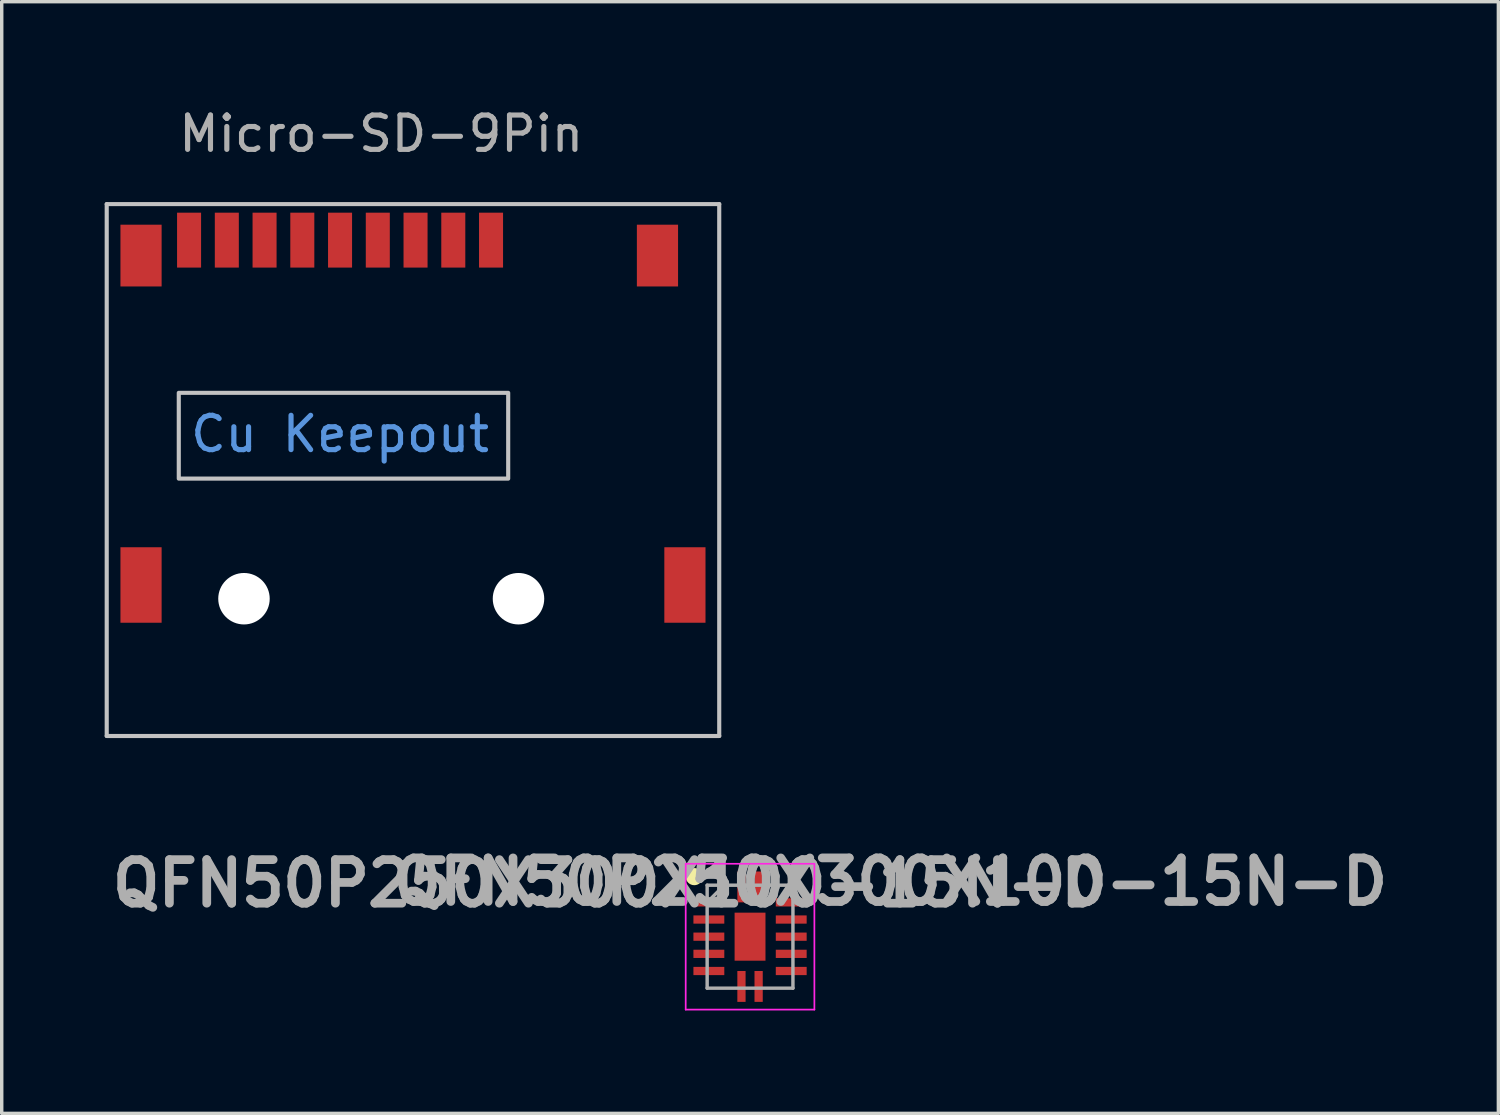
<source format=kicad_pcb>
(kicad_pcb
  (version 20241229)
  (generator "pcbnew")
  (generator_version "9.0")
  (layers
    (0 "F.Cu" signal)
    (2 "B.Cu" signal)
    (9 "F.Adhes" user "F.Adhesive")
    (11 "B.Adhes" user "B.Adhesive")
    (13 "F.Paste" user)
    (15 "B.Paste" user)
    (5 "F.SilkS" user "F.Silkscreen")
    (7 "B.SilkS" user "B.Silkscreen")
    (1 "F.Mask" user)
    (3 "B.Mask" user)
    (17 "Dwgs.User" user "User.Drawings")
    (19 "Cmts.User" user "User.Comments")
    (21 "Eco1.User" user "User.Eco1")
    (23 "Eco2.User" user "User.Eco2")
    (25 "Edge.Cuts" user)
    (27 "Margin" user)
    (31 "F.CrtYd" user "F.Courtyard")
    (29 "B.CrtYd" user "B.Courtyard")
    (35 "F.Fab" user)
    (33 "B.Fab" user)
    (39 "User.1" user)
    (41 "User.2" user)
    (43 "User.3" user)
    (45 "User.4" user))
  (footprint "QFN50P250X300X100-15N-D"
    (layer "F.Cu")
    (at 18.808 24.247)
    (property "Reference" "QFN50P250X300X100-15N-D" (at 4.1 -1.6 0) (layer "F.Fab") (effects (font (size 1.27 1.27) (thickness 0.254))))
    (attr smd)
    (fp_circle (center -1.625 -1.75) (end -1.625 -1.625) (stroke (width 0.25) (type solid)) (fill no) (layer "F.SilkS"))
    (fp_line (start -1.875 -2.125) (end 1.875 -2.125) (stroke (width 0.05) (type solid)) (layer "F.CrtYd"))
    (fp_line (start -1.875 2.125) (end -1.875 -2.125) (stroke (width 0.05) (type solid)) (layer "F.CrtYd"))
    (fp_line (start 1.875 -2.125) (end 1.875 2.125) (stroke (width 0.05) (type solid)) (layer "F.CrtYd"))
    (fp_line (start 1.875 2.125) (end -1.875 2.125) (stroke (width 0.05) (type solid)) (layer "F.CrtYd"))
    (fp_line (start -1.25 -1.5) (end 1.25 -1.5) (stroke (width 0.1) (type solid)) (layer "F.Fab"))
    (fp_line (start -1.25 -1) (end -0.75 -1.5) (stroke (width 0.1) (type solid)) (layer "F.Fab"))
    (fp_line (start -1.25 1.5) (end -1.25 -1.5) (stroke (width 0.1) (type solid)) (layer "F.Fab"))
    (fp_line (start 1.25 -1.5) (end 1.25 1.5) (stroke (width 0.1) (type solid)) (layer "F.Fab"))
    (fp_line (start 1.25 1.5) (end -1.25 1.5) (stroke (width 0.1) (type solid)) (layer "F.Fab"))
    (fp_text user "${REFERENCE}" (at -4.1 -1.55 0) (layer "F.Fab") (effects (font (size 1.27 1.27) (thickness 0.254))))
    (pad "1" smd rect (at -0.25 -1.45) (size 0.24 0.9) (layers "F.Cu" "F.Mask" "F.Paste"))
    (pad "2" smd rect (at -1.2 -1 90) (size 0.24 0.9) (layers "F.Cu" "F.Mask" "F.Paste"))
    (pad "3" smd rect (at -1.2 -0.5 90) (size 0.24 0.9) (layers "F.Cu" "F.Mask" "F.Paste"))
    (pad "4" smd rect (at -1.2 0 90) (size 0.24 0.9) (layers "F.Cu" "F.Mask" "F.Paste"))
    (pad "5" smd rect (at -1.2 0.5 90) (size 0.24 0.9) (layers "F.Cu" "F.Mask" "F.Paste"))
    (pad "6" smd rect (at -1.2 1 90) (size 0.24 0.9) (layers "F.Cu" "F.Mask" "F.Paste"))
    (pad "7" smd rect (at -0.25 1.45) (size 0.24 0.9) (layers "F.Cu" "F.Mask" "F.Paste"))
    (pad "8" smd rect (at 0.25 1.45) (size 0.24 0.9) (layers "F.Cu" "F.Mask" "F.Paste"))
    (pad "9" smd rect (at 1.2 1 90) (size 0.24 0.9) (layers "F.Cu" "F.Mask" "F.Paste"))
    (pad "10" smd rect (at 1.2 0.5 90) (size 0.24 0.9) (layers "F.Cu" "F.Mask" "F.Paste"))
    (pad "11" smd rect (at 1.2 0 90) (size 0.24 0.9) (layers "F.Cu" "F.Mask" "F.Paste"))
    (pad "12" smd rect (at 1.2 -0.5 90) (size 0.24 0.9) (layers "F.Cu" "F.Mask" "F.Paste"))
    (pad "13" smd rect (at 1.2 -1 90) (size 0.24 0.9) (layers "F.Cu" "F.Mask" "F.Paste"))
    (pad "14" smd rect (at 0.25 -1.45) (size 0.24 0.9) (layers "F.Cu" "F.Mask" "F.Paste"))
    (pad "15" smd rect (at 0 0) (size 0.9 1.4) (layers "F.Cu" "F.Mask" "F.Paste")))
  (footprint "Micro-SD-9Pin"
    (layer "F.Cu")
    (at 9.076 11.35)
    (property "Reference" "Micro-SD-9Pin" (at -1.016 -10.502 0) (unlocked yes) (layer "F.Fab") (effects (font (size 1 1) (thickness 0.15))))
    (fp_line (start -9.016 -8.452) (end -9.016 7.048) (stroke (width 0.12) (type solid)) (layer "Dwgs.User"))
    (fp_line (start -9.016 7.048) (end 8.834 7.048) (stroke (width 0.12) (type solid)) (layer "Dwgs.User"))
    (fp_line (start 8.834 -8.452) (end -9.016 -8.452) (stroke (width 0.12) (type solid)) (layer "Dwgs.User"))
    (fp_line (start 8.834 7.048) (end 8.834 -8.452) (stroke (width 0.12) (type solid)) (layer "Dwgs.User"))
    (fp_rect (start -6.916 -2.952) (end 2.684 -0.452) (stroke (width 0.12) (type solid)) (fill no) (layer "Dwgs.User"))
    (fp_text user "Cu Keepout" (at -2.216 -1.752 0) (unlocked yes) (layer "Cmts.User") (effects (font (size 1 1) (thickness 0.15))))
    (pad "" np_thru_hole circle (at -5.016 3.048) (size 1.5 1.5) (drill 1.5) (layers "*.Cu" "*.Mask"))
    (pad "" np_thru_hole circle (at 2.984 3.048) (size 1.5 1.5) (drill 1.5) (layers "*.Cu" "*.Mask"))
    (pad "1" smd rect (at 2.184 -7.402) (size 0.7 1.6) (layers "F.Cu" "F.Mask" "F.Paste"))
    (pad "2" smd rect (at 1.084 -7.402) (size 0.7 1.6) (layers "F.Cu" "F.Mask" "F.Paste"))
    (pad "3" smd rect (at -0.016 -7.402) (size 0.7 1.6) (layers "F.Cu" "F.Mask" "F.Paste"))
    (pad "4" smd rect (at -1.116 -7.402) (size 0.7 1.6) (layers "F.Cu" "F.Mask" "F.Paste"))
    (pad "5" smd rect (at -2.216 -7.402) (size 0.7 1.6) (layers "F.Cu" "F.Mask" "F.Paste"))
    (pad "6" smd rect (at -3.316 -7.402) (size 0.7 1.6) (layers "F.Cu" "F.Mask" "F.Paste"))
    (pad "7" smd rect (at -4.416 -7.402) (size 0.7 1.6) (layers "F.Cu" "F.Mask" "F.Paste"))
    (pad "8" smd rect (at -5.516 -7.402) (size 0.7 1.6) (layers "F.Cu" "F.Mask" "F.Paste"))
    (pad "9" smd rect (at -6.616 -7.402) (size 0.7 1.6) (layers "F.Cu" "F.Mask" "F.Paste"))
    (pad "10" smd rect (at -8.016 -6.952) (size 1.2 1.8) (layers "F.Cu" "F.Mask" "F.Paste"))
    (pad "10" smd rect (at -8.016 2.648) (size 1.2 2.2) (layers "F.Cu" "F.Mask" "F.Paste"))
    (pad "10" smd rect (at 7.034 -6.952) (size 1.2 1.8) (layers "F.Cu" "F.Mask" "F.Paste"))
    (pad "10" smd rect (at 7.834 2.648) (size 1.2 2.2) (layers "F.Cu" "F.Mask" "F.Paste")))
  (gr_rect
    (start -3 -3)
    (end 40.616 29.397)
    (stroke (width 0.1) (type default))
    (fill no)
    (layer "Edge.Cuts")))
</source>
